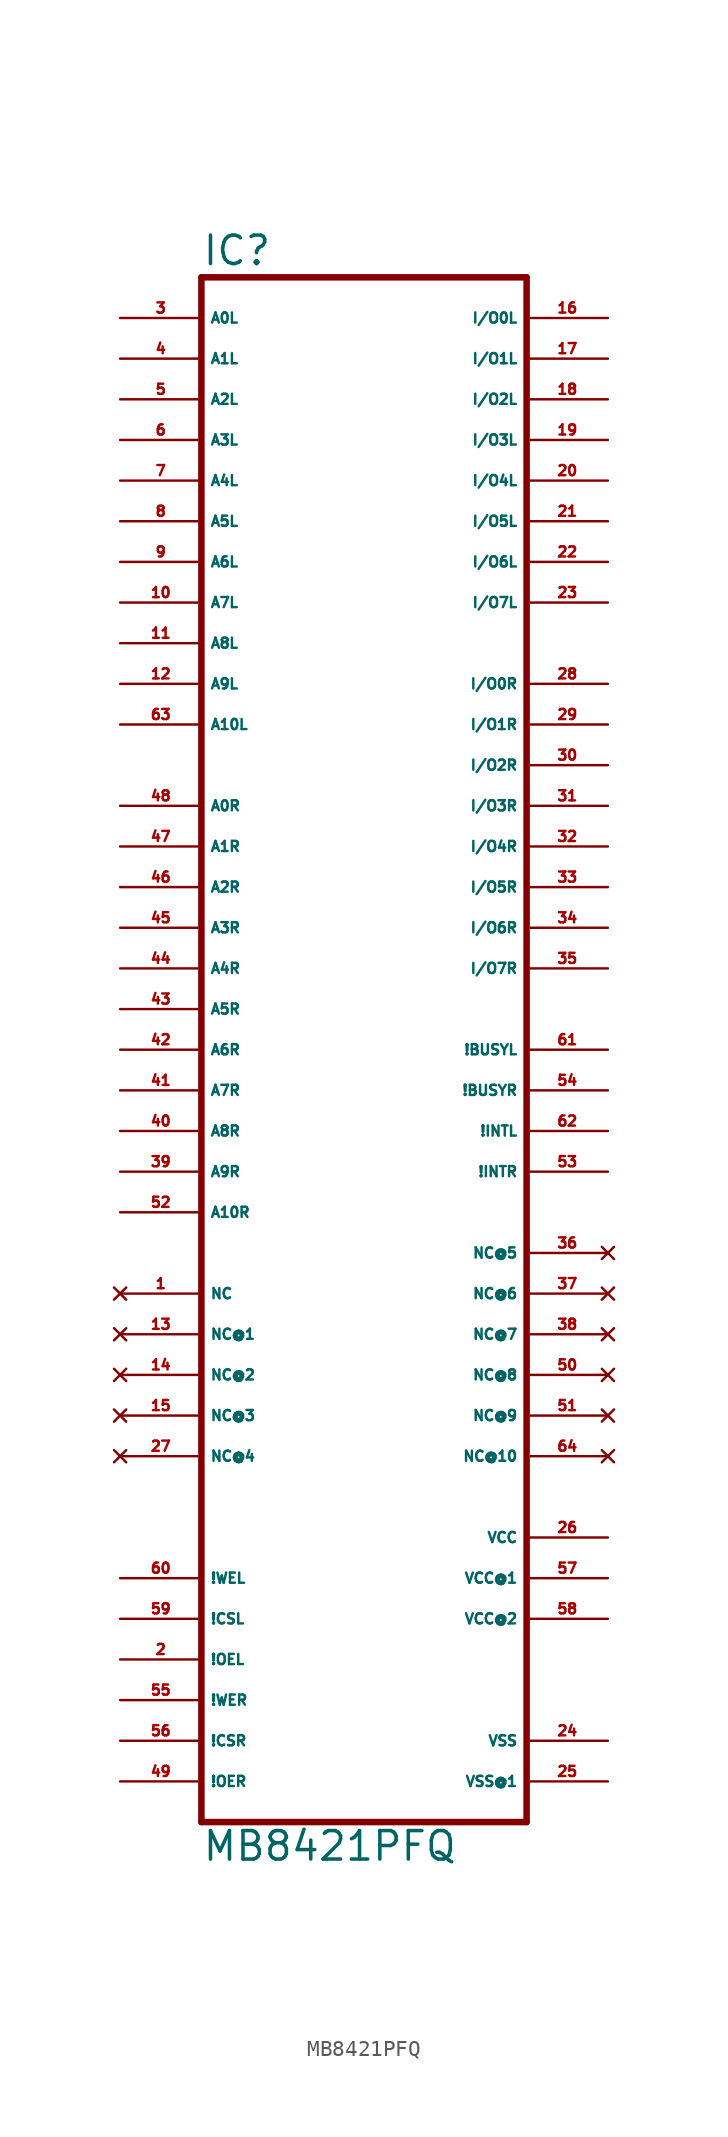
<source format=kicad_sym>
(kicad_symbol_lib
  (version 20220914)
  (generator Eagle2Kicad)
  (symbol "MB8421PFQ"
    (property "Reference" "IC"
      (at -10.16 41.275 0)
      (effects (font (size 1.778 1.778) (thickness 0.22)) (justify left bottom)))
    (property "Value" "MB8421PFQ"
      (at -10.16 -58.42 0)
      (effects (font (size 1.778 1.778) (thickness 0.22)) (justify left bottom)))
    (polyline
      (pts (xy -10.16 -55.88) (xy 10.16 -55.88))
      (stroke (width 0.406) (type default))
      (fill (type none)))
    (polyline
      (pts (xy 10.16 -55.88) (xy 10.16 40.64))
      (stroke (width 0.406) (type default))
      (fill (type none)))
    (polyline
      (pts (xy 10.16 40.64) (xy -10.16 40.64))
      (stroke (width 0.406) (type default))
      (fill (type none)))
    (polyline
      (pts (xy -10.16 40.64) (xy -10.16 -55.88))
      (stroke (width 0.406) (type default))
      (fill (type none)))
    (pin input line
      (at -15.24 38.1 0)
      (length 5.08)
      (name "A0L" (effects (font (size 0.635 0.635) (thickness 0.08)) (justify left bottom)))
      (number "3" (effects (font (size 0.635 0.635) (thickness 0.08)) (justify left bottom))))
    (pin input line
      (at -15.24 35.56 0)
      (length 5.08)
      (name "A1L" (effects (font (size 0.635 0.635) (thickness 0.08)) (justify left bottom)))
      (number "4" (effects (font (size 0.635 0.635) (thickness 0.08)) (justify left bottom))))
    (pin input line
      (at -15.24 33.02 0)
      (length 5.08)
      (name "A2L" (effects (font (size 0.635 0.635) (thickness 0.08)) (justify left bottom)))
      (number "5" (effects (font (size 0.635 0.635) (thickness 0.08)) (justify left bottom))))
    (pin input line
      (at -15.24 30.48 0)
      (length 5.08)
      (name "A3L" (effects (font (size 0.635 0.635) (thickness 0.08)) (justify left bottom)))
      (number "6" (effects (font (size 0.635 0.635) (thickness 0.08)) (justify left bottom))))
    (pin input line
      (at -15.24 27.94 0)
      (length 5.08)
      (name "A4L" (effects (font (size 0.635 0.635) (thickness 0.08)) (justify left bottom)))
      (number "7" (effects (font (size 0.635 0.635) (thickness 0.08)) (justify left bottom))))
    (pin input line
      (at -15.24 25.4 0)
      (length 5.08)
      (name "A5L" (effects (font (size 0.635 0.635) (thickness 0.08)) (justify left bottom)))
      (number "8" (effects (font (size 0.635 0.635) (thickness 0.08)) (justify left bottom))))
    (pin input line
      (at -15.24 22.86 0)
      (length 5.08)
      (name "A6L" (effects (font (size 0.635 0.635) (thickness 0.08)) (justify left bottom)))
      (number "9" (effects (font (size 0.635 0.635) (thickness 0.08)) (justify left bottom))))
    (pin input line
      (at -15.24 20.32 0)
      (length 5.08)
      (name "A7L" (effects (font (size 0.635 0.635) (thickness 0.08)) (justify left bottom)))
      (number "10" (effects (font (size 0.635 0.635) (thickness 0.08)) (justify left bottom))))
    (pin input line
      (at -15.24 17.78 0)
      (length 5.08)
      (name "A8L" (effects (font (size 0.635 0.635) (thickness 0.08)) (justify left bottom)))
      (number "11" (effects (font (size 0.635 0.635) (thickness 0.08)) (justify left bottom))))
    (pin input line
      (at -15.24 15.24 0)
      (length 5.08)
      (name "A9L" (effects (font (size 0.635 0.635) (thickness 0.08)) (justify left bottom)))
      (number "12" (effects (font (size 0.635 0.635) (thickness 0.08)) (justify left bottom))))
    (pin input line
      (at -15.24 12.7 0)
      (length 5.08)
      (name "A10L" (effects (font (size 0.635 0.635) (thickness 0.08)) (justify left bottom)))
      (number "63" (effects (font (size 0.635 0.635) (thickness 0.08)) (justify left bottom))))
    (pin input line
      (at -15.24 7.62 0)
      (length 5.08)
      (name "A0R" (effects (font (size 0.635 0.635) (thickness 0.08)) (justify left bottom)))
      (number "48" (effects (font (size 0.635 0.635) (thickness 0.08)) (justify left bottom))))
    (pin input line
      (at -15.24 5.08 0)
      (length 5.08)
      (name "A1R" (effects (font (size 0.635 0.635) (thickness 0.08)) (justify left bottom)))
      (number "47" (effects (font (size 0.635 0.635) (thickness 0.08)) (justify left bottom))))
    (pin input line
      (at -15.24 2.54 0)
      (length 5.08)
      (name "A2R" (effects (font (size 0.635 0.635) (thickness 0.08)) (justify left bottom)))
      (number "46" (effects (font (size 0.635 0.635) (thickness 0.08)) (justify left bottom))))
    (pin input line
      (at -15.24 0 0)
      (length 5.08)
      (name "A3R" (effects (font (size 0.635 0.635) (thickness 0.08)) (justify left bottom)))
      (number "45" (effects (font (size 0.635 0.635) (thickness 0.08)) (justify left bottom))))
    (pin input line
      (at -15.24 -2.54 0)
      (length 5.08)
      (name "A4R" (effects (font (size 0.635 0.635) (thickness 0.08)) (justify left bottom)))
      (number "44" (effects (font (size 0.635 0.635) (thickness 0.08)) (justify left bottom))))
    (pin input line
      (at -15.24 -5.08 0)
      (length 5.08)
      (name "A5R" (effects (font (size 0.635 0.635) (thickness 0.08)) (justify left bottom)))
      (number "43" (effects (font (size 0.635 0.635) (thickness 0.08)) (justify left bottom))))
    (pin input line
      (at -15.24 -7.62 0)
      (length 5.08)
      (name "A6R" (effects (font (size 0.635 0.635) (thickness 0.08)) (justify left bottom)))
      (number "42" (effects (font (size 0.635 0.635) (thickness 0.08)) (justify left bottom))))
    (pin input line
      (at -15.24 -10.16 0)
      (length 5.08)
      (name "A7R" (effects (font (size 0.635 0.635) (thickness 0.08)) (justify left bottom)))
      (number "41" (effects (font (size 0.635 0.635) (thickness 0.08)) (justify left bottom))))
    (pin input line
      (at -15.24 -12.7 0)
      (length 5.08)
      (name "A8R" (effects (font (size 0.635 0.635) (thickness 0.08)) (justify left bottom)))
      (number "40" (effects (font (size 0.635 0.635) (thickness 0.08)) (justify left bottom))))
    (pin input line
      (at -15.24 -15.24 0)
      (length 5.08)
      (name "A9R" (effects (font (size 0.635 0.635) (thickness 0.08)) (justify left bottom)))
      (number "39" (effects (font (size 0.635 0.635) (thickness 0.08)) (justify left bottom))))
    (pin input line
      (at -15.24 -17.78 0)
      (length 5.08)
      (name "A10R" (effects (font (size 0.635 0.635) (thickness 0.08)) (justify left bottom)))
      (number "52" (effects (font (size 0.635 0.635) (thickness 0.08)) (justify left bottom))))
    (pin input line
      (at -15.24 -40.64 0)
      (length 5.08)
      (name "!WEL" (effects (font (size 0.635 0.635) (thickness 0.08)) (justify left bottom)))
      (number "60" (effects (font (size 0.635 0.635) (thickness 0.08)) (justify left bottom))))
    (pin input line
      (at -15.24 -43.18 0)
      (length 5.08)
      (name "!CSL" (effects (font (size 0.635 0.635) (thickness 0.08)) (justify left bottom)))
      (number "59" (effects (font (size 0.635 0.635) (thickness 0.08)) (justify left bottom))))
    (pin input line
      (at -15.24 -45.72 0)
      (length 5.08)
      (name "!OEL" (effects (font (size 0.635 0.635) (thickness 0.08)) (justify left bottom)))
      (number "2" (effects (font (size 0.635 0.635) (thickness 0.08)) (justify left bottom))))
    (pin input line
      (at -15.24 -48.26 0)
      (length 5.08)
      (name "!WER" (effects (font (size 0.635 0.635) (thickness 0.08)) (justify left bottom)))
      (number "55" (effects (font (size 0.635 0.635) (thickness 0.08)) (justify left bottom))))
    (pin input line
      (at -15.24 -50.8 0)
      (length 5.08)
      (name "!CSR" (effects (font (size 0.635 0.635) (thickness 0.08)) (justify left bottom)))
      (number "56" (effects (font (size 0.635 0.635) (thickness 0.08)) (justify left bottom))))
    (pin input line
      (at -15.24 -53.34 0)
      (length 5.08)
      (name "!OER" (effects (font (size 0.635 0.635) (thickness 0.08)) (justify left bottom)))
      (number "49" (effects (font (size 0.635 0.635) (thickness 0.08)) (justify left bottom))))
    (pin bidirectional line
      (at 15.24 38.1 180)
      (length 5.08)
      (name "I/O0L" (effects (font (size 0.635 0.635) (thickness 0.08)) (justify left bottom)))
      (number "16" (effects (font (size 0.635 0.635) (thickness 0.08)) (justify left bottom))))
    (pin bidirectional line
      (at 15.24 35.56 180)
      (length 5.08)
      (name "I/O1L" (effects (font (size 0.635 0.635) (thickness 0.08)) (justify left bottom)))
      (number "17" (effects (font (size 0.635 0.635) (thickness 0.08)) (justify left bottom))))
    (pin bidirectional line
      (at 15.24 33.02 180)
      (length 5.08)
      (name "I/O2L" (effects (font (size 0.635 0.635) (thickness 0.08)) (justify left bottom)))
      (number "18" (effects (font (size 0.635 0.635) (thickness 0.08)) (justify left bottom))))
    (pin bidirectional line
      (at 15.24 30.48 180)
      (length 5.08)
      (name "I/O3L" (effects (font (size 0.635 0.635) (thickness 0.08)) (justify left bottom)))
      (number "19" (effects (font (size 0.635 0.635) (thickness 0.08)) (justify left bottom))))
    (pin bidirectional line
      (at 15.24 27.94 180)
      (length 5.08)
      (name "I/O4L" (effects (font (size 0.635 0.635) (thickness 0.08)) (justify left bottom)))
      (number "20" (effects (font (size 0.635 0.635) (thickness 0.08)) (justify left bottom))))
    (pin bidirectional line
      (at 15.24 25.4 180)
      (length 5.08)
      (name "I/O5L" (effects (font (size 0.635 0.635) (thickness 0.08)) (justify left bottom)))
      (number "21" (effects (font (size 0.635 0.635) (thickness 0.08)) (justify left bottom))))
    (pin bidirectional line
      (at 15.24 22.86 180)
      (length 5.08)
      (name "I/O6L" (effects (font (size 0.635 0.635) (thickness 0.08)) (justify left bottom)))
      (number "22" (effects (font (size 0.635 0.635) (thickness 0.08)) (justify left bottom))))
    (pin bidirectional line
      (at 15.24 20.32 180)
      (length 5.08)
      (name "I/O7L" (effects (font (size 0.635 0.635) (thickness 0.08)) (justify left bottom)))
      (number "23" (effects (font (size 0.635 0.635) (thickness 0.08)) (justify left bottom))))
    (pin bidirectional line
      (at 15.24 15.24 180)
      (length 5.08)
      (name "I/O0R" (effects (font (size 0.635 0.635) (thickness 0.08)) (justify left bottom)))
      (number "28" (effects (font (size 0.635 0.635) (thickness 0.08)) (justify left bottom))))
    (pin bidirectional line
      (at 15.24 12.7 180)
      (length 5.08)
      (name "I/O1R" (effects (font (size 0.635 0.635) (thickness 0.08)) (justify left bottom)))
      (number "29" (effects (font (size 0.635 0.635) (thickness 0.08)) (justify left bottom))))
    (pin bidirectional line
      (at 15.24 10.16 180)
      (length 5.08)
      (name "I/O2R" (effects (font (size 0.635 0.635) (thickness 0.08)) (justify left bottom)))
      (number "30" (effects (font (size 0.635 0.635) (thickness 0.08)) (justify left bottom))))
    (pin bidirectional line
      (at 15.24 7.62 180)
      (length 5.08)
      (name "I/O3R" (effects (font (size 0.635 0.635) (thickness 0.08)) (justify left bottom)))
      (number "31" (effects (font (size 0.635 0.635) (thickness 0.08)) (justify left bottom))))
    (pin bidirectional line
      (at 15.24 5.08 180)
      (length 5.08)
      (name "I/O4R" (effects (font (size 0.635 0.635) (thickness 0.08)) (justify left bottom)))
      (number "32" (effects (font (size 0.635 0.635) (thickness 0.08)) (justify left bottom))))
    (pin bidirectional line
      (at 15.24 2.54 180)
      (length 5.08)
      (name "I/O5R" (effects (font (size 0.635 0.635) (thickness 0.08)) (justify left bottom)))
      (number "33" (effects (font (size 0.635 0.635) (thickness 0.08)) (justify left bottom))))
    (pin bidirectional line
      (at 15.24 0 180)
      (length 5.08)
      (name "I/O6R" (effects (font (size 0.635 0.635) (thickness 0.08)) (justify left bottom)))
      (number "34" (effects (font (size 0.635 0.635) (thickness 0.08)) (justify left bottom))))
    (pin bidirectional line
      (at 15.24 -2.54 180)
      (length 5.08)
      (name "I/O7R" (effects (font (size 0.635 0.635) (thickness 0.08)) (justify left bottom)))
      (number "35" (effects (font (size 0.635 0.635) (thickness 0.08)) (justify left bottom))))
    (pin output line
      (at 15.24 -7.62 180)
      (length 5.08)
      (name "!BUSYL" (effects (font (size 0.635 0.635) (thickness 0.08)) (justify left bottom)))
      (number "61" (effects (font (size 0.635 0.635) (thickness 0.08)) (justify left bottom))))
    (pin output line
      (at 15.24 -10.16 180)
      (length 5.08)
      (name "!BUSYR" (effects (font (size 0.635 0.635) (thickness 0.08)) (justify left bottom)))
      (number "54" (effects (font (size 0.635 0.635) (thickness 0.08)) (justify left bottom))))
    (pin unspecified line
      (at 15.24 -50.8 180)
      (length 5.08)
      (name "VSS" (effects (font (size 0.635 0.635) (thickness 0.08)) (justify left bottom)))
      (number "24" (effects (font (size 0.635 0.635) (thickness 0.08)) (justify left bottom))))
    (pin unspecified line
      (at 15.24 -38.1 180)
      (length 5.08)
      (name "VCC" (effects (font (size 0.635 0.635) (thickness 0.08)) (justify left bottom)))
      (number "26" (effects (font (size 0.635 0.635) (thickness 0.08)) (justify left bottom))))
    (pin output line
      (at 15.24 -12.7 180)
      (length 5.08)
      (name "!INTL" (effects (font (size 0.635 0.635) (thickness 0.08)) (justify left bottom)))
      (number "62" (effects (font (size 0.635 0.635) (thickness 0.08)) (justify left bottom))))
    (pin output line
      (at 15.24 -15.24 180)
      (length 5.08)
      (name "!INTR" (effects (font (size 0.635 0.635) (thickness 0.08)) (justify left bottom)))
      (number "53" (effects (font (size 0.635 0.635) (thickness 0.08)) (justify left bottom))))
    (pin no_connect line
      (at -15.24 -22.86 0)
      (length 5.08)
      (name "NC" (effects (font (size 0.635 0.635) (thickness 0.08)) (justify left bottom) hide))
      (number "1" (effects (font (size 0.635 0.635) (thickness 0.08)) (justify left bottom) hide)))
    (pin no_connect line
      (at -15.24 -25.4 0)
      (length 5.08)
      (name "NC@1" (effects (font (size 0.635 0.635) (thickness 0.08)) (justify left bottom) hide))
      (number "13" (effects (font (size 0.635 0.635) (thickness 0.08)) (justify left bottom) hide)))
    (pin unspecified line
      (at 15.24 -40.64 180)
      (length 5.08)
      (name "VCC@1" (effects (font (size 0.635 0.635) (thickness 0.08)) (justify left bottom)))
      (number "57" (effects (font (size 0.635 0.635) (thickness 0.08)) (justify left bottom))))
    (pin unspecified line
      (at 15.24 -43.18 180)
      (length 5.08)
      (name "VCC@2" (effects (font (size 0.635 0.635) (thickness 0.08)) (justify left bottom)))
      (number "58" (effects (font (size 0.635 0.635) (thickness 0.08)) (justify left bottom))))
    (pin unspecified line
      (at 15.24 -53.34 180)
      (length 5.08)
      (name "VSS@1" (effects (font (size 0.635 0.635) (thickness 0.08)) (justify left bottom)))
      (number "25" (effects (font (size 0.635 0.635) (thickness 0.08)) (justify left bottom))))
    (pin no_connect line
      (at -15.24 -27.94 0)
      (length 5.08)
      (name "NC@2" (effects (font (size 0.635 0.635) (thickness 0.08)) (justify left bottom) hide))
      (number "14" (effects (font (size 0.635 0.635) (thickness 0.08)) (justify left bottom) hide)))
    (pin no_connect line
      (at -15.24 -30.48 0)
      (length 5.08)
      (name "NC@3" (effects (font (size 0.635 0.635) (thickness 0.08)) (justify left bottom) hide))
      (number "15" (effects (font (size 0.635 0.635) (thickness 0.08)) (justify left bottom) hide)))
    (pin no_connect line
      (at 15.24 -20.32 180)
      (length 5.08)
      (name "NC@5" (effects (font (size 0.635 0.635) (thickness 0.08)) (justify left bottom) hide))
      (number "36" (effects (font (size 0.635 0.635) (thickness 0.08)) (justify left bottom) hide)))
    (pin no_connect line
      (at 15.24 -22.86 180)
      (length 5.08)
      (name "NC@6" (effects (font (size 0.635 0.635) (thickness 0.08)) (justify left bottom) hide))
      (number "37" (effects (font (size 0.635 0.635) (thickness 0.08)) (justify left bottom) hide)))
    (pin no_connect line
      (at 15.24 -25.4 180)
      (length 5.08)
      (name "NC@7" (effects (font (size 0.635 0.635) (thickness 0.08)) (justify left bottom) hide))
      (number "38" (effects (font (size 0.635 0.635) (thickness 0.08)) (justify left bottom) hide)))
    (pin no_connect line
      (at 15.24 -27.94 180)
      (length 5.08)
      (name "NC@8" (effects (font (size 0.635 0.635) (thickness 0.08)) (justify left bottom) hide))
      (number "50" (effects (font (size 0.635 0.635) (thickness 0.08)) (justify left bottom) hide)))
    (pin no_connect line
      (at 15.24 -30.48 180)
      (length 5.08)
      (name "NC@9" (effects (font (size 0.635 0.635) (thickness 0.08)) (justify left bottom) hide))
      (number "51" (effects (font (size 0.635 0.635) (thickness 0.08)) (justify left bottom) hide)))
    (pin no_connect line
      (at 15.24 -33.02 180)
      (length 5.08)
      (name "NC@10" (effects (font (size 0.635 0.635) (thickness 0.08)) (justify left bottom) hide))
      (number "64" (effects (font (size 0.635 0.635) (thickness 0.08)) (justify left bottom) hide)))
    (pin no_connect line
      (at -15.24 -33.02 0)
      (length 5.08)
      (name "NC@4" (effects (font (size 0.635 0.635) (thickness 0.08)) (justify left bottom) hide))
      (number "27" (effects (font (size 0.635 0.635) (thickness 0.08)) (justify left bottom) hide)))))
</source>
